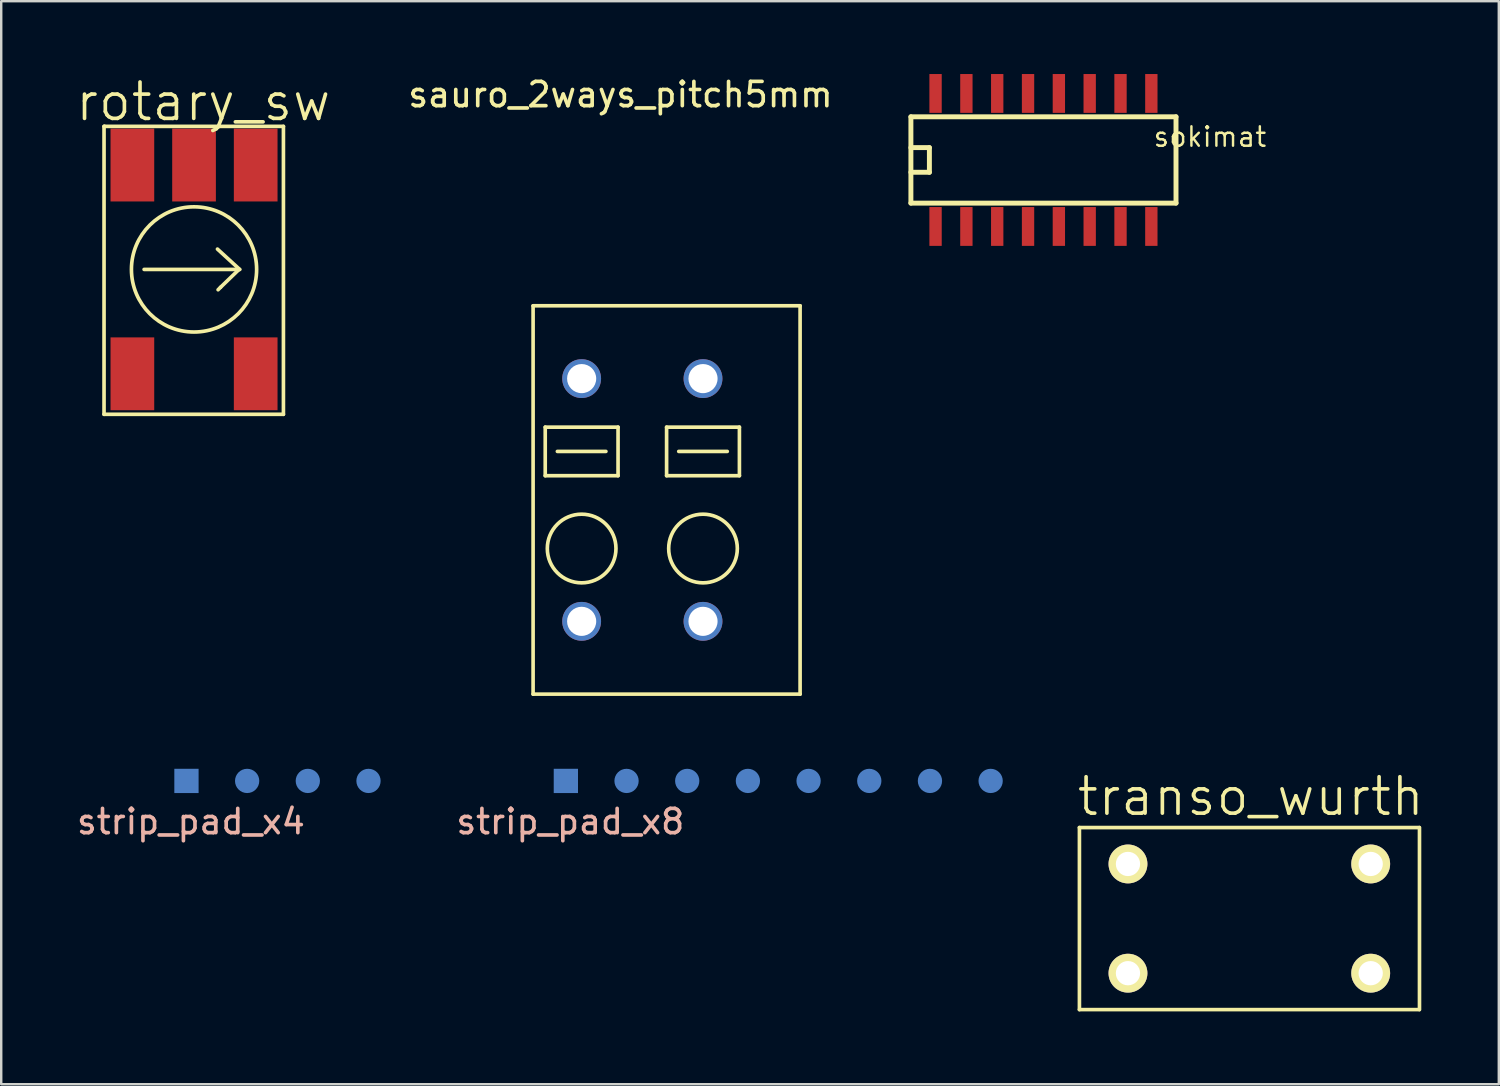
<source format=kicad_pcb>
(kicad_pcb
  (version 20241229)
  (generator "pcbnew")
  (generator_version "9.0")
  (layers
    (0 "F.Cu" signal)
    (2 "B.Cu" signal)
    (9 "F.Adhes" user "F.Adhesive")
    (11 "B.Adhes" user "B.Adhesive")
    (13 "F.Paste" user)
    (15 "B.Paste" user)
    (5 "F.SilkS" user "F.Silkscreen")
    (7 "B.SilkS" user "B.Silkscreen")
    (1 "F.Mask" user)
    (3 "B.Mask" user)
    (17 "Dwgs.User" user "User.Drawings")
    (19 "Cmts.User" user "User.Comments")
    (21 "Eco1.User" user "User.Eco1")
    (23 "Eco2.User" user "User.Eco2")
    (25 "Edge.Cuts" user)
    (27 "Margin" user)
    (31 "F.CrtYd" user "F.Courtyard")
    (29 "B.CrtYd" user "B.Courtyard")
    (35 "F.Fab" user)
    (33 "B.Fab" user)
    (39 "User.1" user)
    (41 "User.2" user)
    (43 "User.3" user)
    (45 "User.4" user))
  (footprint "strip_pad_x4"
    (layer "F.Cu")
    (at 8.382 29.123)
    (property "Reference" "strip_pad_x4" (at -3.566 1.676 0) (layer "B.SilkS") (effects (font (size 1 1) (thickness 0.15))))
    (attr through_hole)
    (pad "1" connect rect (at -3.75 0) (size 1 1) (layers "B.Cu" "B.Mask"))
    (pad "2" connect circle (at -1.25 0) (size 1 1) (layers "B.Cu" "B.Mask"))
    (pad "3" connect circle (at 1.25 0) (size 1 1) (layers "B.Cu" "B.Mask"))
    (pad "4" connect circle (at 3.75 0) (size 1 1) (layers "B.Cu" "B.Mask")))
  (footprint "sauro_2ways_pitch5mm"
    (layer "F.Cu")
    (at 20.913 12.548)
    (property "Reference" "sauro_2ways_pitch5mm" (at 1.6 -11.7 0) (layer "F.SilkS") (effects (font (size 1 1) (thickness 0.15))))
    (attr through_hole)
    (fp_line (start -2 -3) (end -2 13) (stroke (width 0.15) (type solid)) (layer "F.SilkS"))
    (fp_line (start -2 -3) (end 9 -3) (stroke (width 0.15) (type solid)) (layer "F.SilkS"))
    (fp_line (start -2 13) (end 9 13) (stroke (width 0.15) (type solid)) (layer "F.SilkS"))
    (fp_line (start -1.5 2) (end -1.5 4) (stroke (width 0.15) (type solid)) (layer "F.SilkS"))
    (fp_line (start -1.5 2) (end 1.5 2) (stroke (width 0.15) (type solid)) (layer "F.SilkS"))
    (fp_line (start -1 3) (end 1 3) (stroke (width 0.15) (type solid)) (layer "F.SilkS"))
    (fp_line (start 1.5 4) (end -1.5 4) (stroke (width 0.15) (type solid)) (layer "F.SilkS"))
    (fp_line (start 1.5 4) (end 1.5 2) (stroke (width 0.15) (type solid)) (layer "F.SilkS"))
    (fp_line (start 3.5 2) (end 3.5 4) (stroke (width 0.15) (type solid)) (layer "F.SilkS"))
    (fp_line (start 3.5 2) (end 6.5 2) (stroke (width 0.15) (type solid)) (layer "F.SilkS"))
    (fp_line (start 4 3) (end 6 3) (stroke (width 0.15) (type solid)) (layer "F.SilkS"))
    (fp_line (start 6.5 4) (end 3.5 4) (stroke (width 0.15) (type solid)) (layer "F.SilkS"))
    (fp_line (start 6.5 4) (end 6.5 2) (stroke (width 0.15) (type solid)) (layer "F.SilkS"))
    (fp_line (start 9 -3) (end 9 13) (stroke (width 0.15) (type solid)) (layer "F.SilkS"))
    (fp_circle (center 0 7) (end 1 8) (stroke (width 0.15) (type solid)) (fill no) (layer "F.SilkS"))
    (fp_circle (center 5 7) (end 6 8) (stroke (width 0.15) (type solid)) (fill no) (layer "F.SilkS"))
    (pad "1" thru_hole circle (at 0 0) (size 1.6 1.6) (drill 1.2) (layers "*.Cu" "*.Mask"))
    (pad "1" thru_hole circle (at 0 10) (size 1.6 1.6) (drill 1.2) (layers "*.Cu" "*.Mask"))
    (pad "2" thru_hole circle (at 5 0) (size 1.6 1.6) (drill 1.2) (layers "*.Cu" "*.Mask"))
    (pad "2" thru_hole circle (at 5 10) (size 1.6 1.6) (drill 1.2) (layers "*.Cu" "*.Mask")))
  (footprint "strip_pad_x8"
    (layer "F.Cu")
    (at 29.013 29.123)
    (property "Reference" "strip_pad_x8" (at -8.566 1.676 0) (layer "B.SilkS") (effects (font (size 1 1) (thickness 0.15))))
    (attr through_hole)
    (pad "1" connect rect (at -8.75 0) (size 1 1) (layers "B.Cu" "B.Mask"))
    (pad "2" connect circle (at -6.25 0) (size 1 1) (layers "B.Cu" "B.Mask"))
    (pad "3" connect circle (at -3.75 0) (size 1 1) (layers "B.Cu" "B.Mask"))
    (pad "4" connect circle (at -1.25 0) (size 1 1) (layers "B.Cu" "B.Mask"))
    (pad "5" connect circle (at 1.25 0) (size 1 1) (layers "B.Cu" "B.Mask"))
    (pad "6" connect circle (at 3.75 0) (size 1 1) (layers "B.Cu" "B.Mask"))
    (pad "7" connect circle (at 6.25 0) (size 1 1) (layers "B.Cu" "B.Mask"))
    (pad "8" connect circle (at 8.75 0) (size 1 1) (layers "B.Cu" "B.Mask")))
  (footprint "sokimat"
    (placed yes)
    (layer "F.Cu")
    (at 39.939 3.54)
    (property "Reference" "sokimat" (at 6.858 -0.952 0) (layer "F.SilkS") (effects (font (size 0.8 0.8) (thickness 0.1))))
    (attr smd)
    (fp_line (start -5.461 -1.778) (end 5.461 -1.778) (stroke (width 0.203) (type solid)) (layer "F.SilkS"))
    (fp_line (start -5.461 -0.508) (end -4.699 -0.508) (stroke (width 0.203) (type solid)) (layer "F.SilkS"))
    (fp_line (start -5.461 1.778) (end -5.461 -1.778) (stroke (width 0.203) (type solid)) (layer "F.SilkS"))
    (fp_line (start -4.699 -0.508) (end -4.699 0.508) (stroke (width 0.203) (type solid)) (layer "F.SilkS"))
    (fp_line (start -4.699 0.508) (end -5.461 0.508) (stroke (width 0.203) (type solid)) (layer "F.SilkS"))
    (fp_line (start 5.461 -1.778) (end 5.461 1.778) (stroke (width 0.203) (type solid)) (layer "F.SilkS"))
    (fp_line (start 5.461 1.778) (end -5.461 1.778) (stroke (width 0.203) (type solid)) (layer "F.SilkS"))
    (pad "1" smd rect (at -4.445 2.74) (size 0.508 1.6) (layers "F.Cu" "F.Mask" "F.Paste"))
    (pad "2" smd rect (at -3.175 2.74) (size 0.508 1.6) (layers "F.Cu" "F.Mask" "F.Paste"))
    (pad "3" smd rect (at -1.905 2.74) (size 0.508 1.6) (layers "F.Cu" "F.Mask" "F.Paste"))
    (pad "4" smd rect (at -0.635 2.74) (size 0.508 1.6) (layers "F.Cu" "F.Mask" "F.Paste"))
    (pad "5" smd rect (at 0.635 2.74) (size 0.508 1.6) (layers "F.Cu" "F.Mask" "F.Paste"))
    (pad "6" smd rect (at 1.905 2.74) (size 0.508 1.6) (layers "F.Cu" "F.Mask" "F.Paste"))
    (pad "7" smd rect (at 3.175 2.74) (size 0.508 1.6) (layers "F.Cu" "F.Mask" "F.Paste"))
    (pad "8" smd rect (at 4.445 2.74) (size 0.508 1.6) (layers "F.Cu" "F.Mask" "F.Paste"))
    (pad "9" smd rect (at 4.445 -2.74) (size 0.508 1.6) (layers "F.Cu" "F.Mask" "F.Paste"))
    (pad "10" smd rect (at 3.175 -2.74) (size 0.508 1.6) (layers "F.Cu" "F.Mask" "F.Paste"))
    (pad "11" smd rect (at 1.905 -2.74) (size 0.508 1.6) (layers "F.Cu" "F.Mask" "F.Paste"))
    (pad "12" smd rect (at 0.635 -2.74) (size 0.508 1.6) (layers "F.Cu" "F.Mask" "F.Paste"))
    (pad "13" smd rect (at -0.635 -2.74) (size 0.508 1.6) (layers "F.Cu" "F.Mask" "F.Paste"))
    (pad "14" smd rect (at -1.905 -2.74) (size 0.508 1.6) (layers "F.Cu" "F.Mask" "F.Paste"))
    (pad "15" smd rect (at -3.175 -2.74) (size 0.508 1.6) (layers "F.Cu" "F.Mask" "F.Paste"))
    (pad "16" smd rect (at -4.445 -2.74) (size 0.508 1.6) (layers "F.Cu" "F.Mask" "F.Paste")))
  (footprint "transo_wurth"
    (layer "F.Cu")
    (at 48.421 34.794)
    (property "Reference" "transo_wurth" (at 0.06 -5.03 0) (layer "F.SilkS") (effects (font (size 1.5 1.5) (thickness 0.15))))
    (attr through_hole)
    (fp_line (start -7 -3.75) (end 7 -3.75) (stroke (width 0.15) (type solid)) (layer "F.SilkS"))
    (fp_line (start -7 3.75) (end -7 -3.75) (stroke (width 0.15) (type solid)) (layer "F.SilkS"))
    (fp_line (start -7 3.75) (end 7 3.75) (stroke (width 0.15) (type solid)) (layer "F.SilkS"))
    (fp_line (start 7.01 -3.75) (end 7.01 3.75) (stroke (width 0.15) (type solid)) (layer "F.SilkS"))
    (pad "1" thru_hole circle (at 5 2.25) (size 1.6 1.6) (drill 1) (layers "*.Cu" "*.Mask" "F.SilkS"))
    (pad "2" thru_hole circle (at 5 -2.25) (size 1.6 1.6) (drill 1) (layers "*.Cu" "*.Mask" "F.SilkS"))
    (pad "3" thru_hole circle (at -5 -2.25) (size 1.6 1.6) (drill 1) (layers "*.Cu" "*.Mask" "F.SilkS"))
    (pad "4" thru_hole circle (at -5 2.25) (size 1.6 1.6) (drill 1) (layers "*.Cu" "*.Mask" "F.SilkS")))
  (footprint "rotary_sw"
    (layer "F.Cu")
    (at 4.944 8.05)
    (property "Reference" "rotary_sw" (at 0.381 -6.909 0) (layer "F.SilkS") (effects (font (size 1.5 1.5) (thickness 0.15))))
    (attr through_hole)
    (fp_line (start -3.708 -5.893) (end -3.683 -5.893) (stroke (width 0.15) (type solid)) (layer "F.SilkS"))
    (fp_line (start -3.708 5.969) (end -3.708 -5.893) (stroke (width 0.15) (type solid)) (layer "F.SilkS"))
    (fp_line (start -3.683 -5.893) (end 3.683 -5.893) (stroke (width 0.15) (type solid)) (layer "F.SilkS"))
    (fp_line (start -2.057 0) (end 1.88 0) (stroke (width 0.15) (type solid)) (layer "F.SilkS"))
    (fp_line (start 1.092 0.737) (end 0.991 0.838) (stroke (width 0.15) (type solid)) (layer "F.SilkS"))
    (fp_line (start 1.854 0) (end 1.092 0.737) (stroke (width 0.15) (type solid)) (layer "F.SilkS"))
    (fp_line (start 1.88 0) (end 0.965 -0.838) (stroke (width 0.15) (type solid)) (layer "F.SilkS"))
    (fp_line (start 3.683 -5.893) (end 3.683 5.969) (stroke (width 0.15) (type solid)) (layer "F.SilkS"))
    (fp_line (start 3.683 5.969) (end -3.708 5.969) (stroke (width 0.15) (type solid)) (layer "F.SilkS"))
    (fp_circle (center 0 0) (end 1.448 2.134) (stroke (width 0.15) (type solid)) (fill no) (layer "F.SilkS"))
    (pad "1" smd rect (at 2.54 -4.3) (size 1.8 3) (layers "F.Cu" "F.Mask" "F.Paste"))
    (pad "2" smd rect (at -2.54 4.3) (size 1.8 3) (layers "F.Cu" "F.Mask" "F.Paste"))
    (pad "3" smd rect (at -2.54 -4.3) (size 1.8 3) (layers "F.Cu" "F.Mask" "F.Paste"))
    (pad "4" smd rect (at 2.54 4.3) (size 1.8 3) (layers "F.Cu" "F.Mask" "F.Paste"))
    (pad "C" smd rect (at 0 -4.3) (size 1.8 3) (layers "F.Cu" "F.Mask" "F.Paste")))
  (gr_rect
    (start -3 -3)
    (end 58.699 41.619)
    (stroke (width 0.1) (type default))
    (fill no)
    (layer "Edge.Cuts")))
</source>
